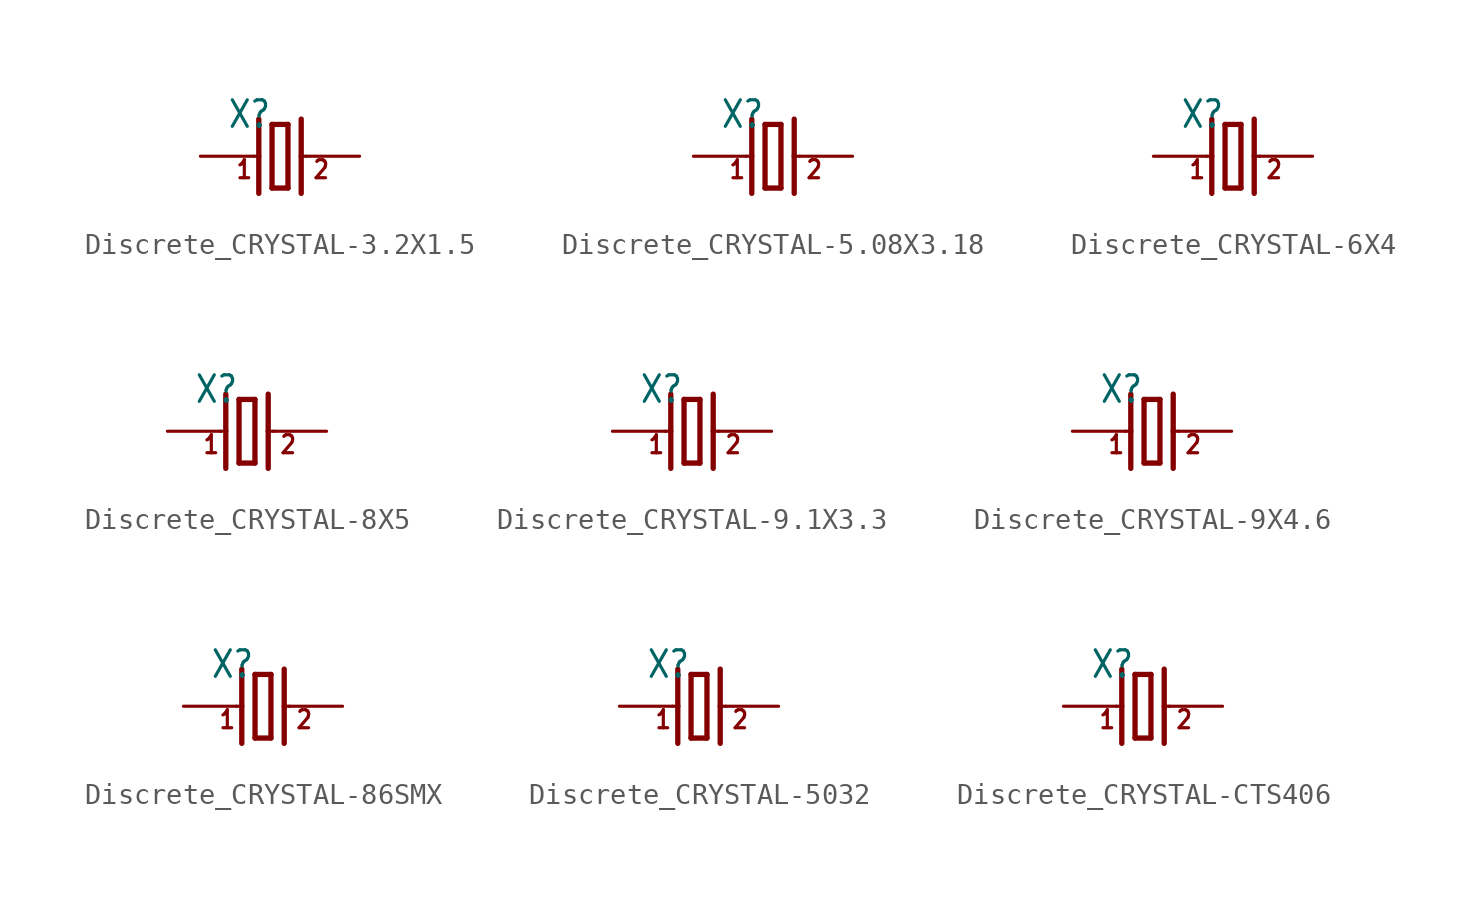
<source format=kicad_sym>
(kicad_symbol_lib
  (version 20220914)
  (generator kicad_symbol_editor)
  (symbol "Discrete_CRYSTAL-3.2X1.5"
    (property "Reference" "X"
      (at -2.54 1.27 0)
      (effects (font (size 1.27 1.079)) (justify left bottom)))
    (property "Value" ""
      (at -2.54 -2.667 0)
      (effects (font (size 1.27 1.079)) (justify left bottom)))
    (property "ki_locked" ""
      (at 0 0 0)
      (effects (font (size 1.27 1.27))))
    (symbol "Discrete_CRYSTAL-3.2X1.5_1_0"
      (polyline (pts (xy -1.27 0) (xy -1.016 0)) (stroke (width 0.152) (type solid)) (fill (type none)))
      (polyline (pts (xy -1.016 0) (xy -1.016 -1.778)) (stroke (width 0.254) (type solid)) (fill (type none)))
      (polyline (pts (xy -1.016 1.778) (xy -1.016 0)) (stroke (width 0.254) (type solid)) (fill (type none)))
      (polyline (pts (xy -0.381 -1.524) (xy 0.381 -1.524)) (stroke (width 0.254) (type solid)) (fill (type none)))
      (polyline (pts (xy -0.381 1.524) (xy -0.381 -1.524)) (stroke (width 0.254) (type solid)) (fill (type none)))
      (polyline (pts (xy 0.381 -1.524) (xy 0.381 1.524)) (stroke (width 0.254) (type solid)) (fill (type none)))
      (polyline (pts (xy 0.381 1.524) (xy -0.381 1.524)) (stroke (width 0.254) (type solid)) (fill (type none)))
      (polyline (pts (xy 1.016 0) (xy 1.016 -1.778)) (stroke (width 0.254) (type solid)) (fill (type none)))
      (polyline (pts (xy 1.016 0) (xy 1.27 0)) (stroke (width 0.152) (type solid)) (fill (type none)))
      (polyline (pts (xy 1.016 1.778) (xy 1.016 0)) (stroke (width 0.254) (type solid)) (fill (type none)))
      (text "1" (at -2.159 -1.143 0) (effects (font (size 0.864 0.734)) (justify left bottom)))
      (text "2" (at 1.524 -1.143 0) (effects (font (size 0.864 0.734)) (justify left bottom)))
      (pin passive line (at -3.81 0 0) (length 2.54) (name "1" (effects (font (size 0 0)))) (number "P$1" (effects (font (size 0 0)))))
      (pin passive line (at 3.81 0 180) (length 2.54) (name "2" (effects (font (size 0 0)))) (number "P$2" (effects (font (size 0 0)))))))
  (symbol "Discrete_CRYSTAL-5.08X3.18"
    (property "Reference" "X"
      (at -2.54 1.27 0)
      (effects (font (size 1.27 1.079)) (justify left bottom)))
    (property "Value" ""
      (at -2.54 -2.667 0)
      (effects (font (size 1.27 1.079)) (justify left bottom)))
    (property "ki_locked" ""
      (at 0 0 0)
      (effects (font (size 1.27 1.27))))
    (symbol "Discrete_CRYSTAL-5.08X3.18_1_0"
      (polyline (pts (xy -1.27 0) (xy -1.016 0)) (stroke (width 0.152) (type solid)) (fill (type none)))
      (polyline (pts (xy -1.016 0) (xy -1.016 -1.778)) (stroke (width 0.254) (type solid)) (fill (type none)))
      (polyline (pts (xy -1.016 1.778) (xy -1.016 0)) (stroke (width 0.254) (type solid)) (fill (type none)))
      (polyline (pts (xy -0.381 -1.524) (xy 0.381 -1.524)) (stroke (width 0.254) (type solid)) (fill (type none)))
      (polyline (pts (xy -0.381 1.524) (xy -0.381 -1.524)) (stroke (width 0.254) (type solid)) (fill (type none)))
      (polyline (pts (xy 0.381 -1.524) (xy 0.381 1.524)) (stroke (width 0.254) (type solid)) (fill (type none)))
      (polyline (pts (xy 0.381 1.524) (xy -0.381 1.524)) (stroke (width 0.254) (type solid)) (fill (type none)))
      (polyline (pts (xy 1.016 0) (xy 1.016 -1.778)) (stroke (width 0.254) (type solid)) (fill (type none)))
      (polyline (pts (xy 1.016 0) (xy 1.27 0)) (stroke (width 0.152) (type solid)) (fill (type none)))
      (polyline (pts (xy 1.016 1.778) (xy 1.016 0)) (stroke (width 0.254) (type solid)) (fill (type none)))
      (text "1" (at -2.159 -1.143 0) (effects (font (size 0.864 0.734)) (justify left bottom)))
      (text "2" (at 1.524 -1.143 0) (effects (font (size 0.864 0.734)) (justify left bottom)))
      (pin passive line (at -3.81 0 0) (length 2.54) (name "1" (effects (font (size 0 0)))) (number "X1" (effects (font (size 0 0)))))
      (pin passive line (at 3.81 0 180) (length 2.54) (name "2" (effects (font (size 0 0)))) (number "X2" (effects (font (size 0 0)))))))
  (symbol "Discrete_CRYSTAL-6X4"
    (property "Reference" "X"
      (at -2.54 1.27 0)
      (effects (font (size 1.27 1.079)) (justify left bottom)))
    (property "Value" ""
      (at -2.54 -2.667 0)
      (effects (font (size 1.27 1.079)) (justify left bottom)))
    (property "ki_locked" ""
      (at 0 0 0)
      (effects (font (size 1.27 1.27))))
    (symbol "Discrete_CRYSTAL-6X4_1_0"
      (polyline (pts (xy -1.27 0) (xy -1.016 0)) (stroke (width 0.152) (type solid)) (fill (type none)))
      (polyline (pts (xy -1.016 0) (xy -1.016 -1.778)) (stroke (width 0.254) (type solid)) (fill (type none)))
      (polyline (pts (xy -1.016 1.778) (xy -1.016 0)) (stroke (width 0.254) (type solid)) (fill (type none)))
      (polyline (pts (xy -0.381 -1.524) (xy 0.381 -1.524)) (stroke (width 0.254) (type solid)) (fill (type none)))
      (polyline (pts (xy -0.381 1.524) (xy -0.381 -1.524)) (stroke (width 0.254) (type solid)) (fill (type none)))
      (polyline (pts (xy 0.381 -1.524) (xy 0.381 1.524)) (stroke (width 0.254) (type solid)) (fill (type none)))
      (polyline (pts (xy 0.381 1.524) (xy -0.381 1.524)) (stroke (width 0.254) (type solid)) (fill (type none)))
      (polyline (pts (xy 1.016 0) (xy 1.016 -1.778)) (stroke (width 0.254) (type solid)) (fill (type none)))
      (polyline (pts (xy 1.016 0) (xy 1.27 0)) (stroke (width 0.152) (type solid)) (fill (type none)))
      (polyline (pts (xy 1.016 1.778) (xy 1.016 0)) (stroke (width 0.254) (type solid)) (fill (type none)))
      (text "1" (at -2.159 -1.143 0) (effects (font (size 0.864 0.734)) (justify left bottom)))
      (text "2" (at 1.524 -1.143 0) (effects (font (size 0.864 0.734)) (justify left bottom)))
      (pin passive line (at -3.81 0 0) (length 2.54) (name "1" (effects (font (size 0 0)))) (number "1" (effects (font (size 0 0)))))
      (pin passive line (at 3.81 0 180) (length 2.54) (name "2" (effects (font (size 0 0)))) (number "2" (effects (font (size 0 0)))))))
  (symbol "Discrete_CRYSTAL-8X5"
    (property "Reference" "X"
      (at -2.54 1.27 0)
      (effects (font (size 1.27 1.079)) (justify left bottom)))
    (property "Value" ""
      (at -2.54 -2.667 0)
      (effects (font (size 1.27 1.079)) (justify left bottom)))
    (property "ki_locked" ""
      (at 0 0 0)
      (effects (font (size 1.27 1.27))))
    (symbol "Discrete_CRYSTAL-8X5_1_0"
      (polyline (pts (xy -1.27 0) (xy -1.016 0)) (stroke (width 0.152) (type solid)) (fill (type none)))
      (polyline (pts (xy -1.016 0) (xy -1.016 -1.778)) (stroke (width 0.254) (type solid)) (fill (type none)))
      (polyline (pts (xy -1.016 1.778) (xy -1.016 0)) (stroke (width 0.254) (type solid)) (fill (type none)))
      (polyline (pts (xy -0.381 -1.524) (xy 0.381 -1.524)) (stroke (width 0.254) (type solid)) (fill (type none)))
      (polyline (pts (xy -0.381 1.524) (xy -0.381 -1.524)) (stroke (width 0.254) (type solid)) (fill (type none)))
      (polyline (pts (xy 0.381 -1.524) (xy 0.381 1.524)) (stroke (width 0.254) (type solid)) (fill (type none)))
      (polyline (pts (xy 0.381 1.524) (xy -0.381 1.524)) (stroke (width 0.254) (type solid)) (fill (type none)))
      (polyline (pts (xy 1.016 0) (xy 1.016 -1.778)) (stroke (width 0.254) (type solid)) (fill (type none)))
      (polyline (pts (xy 1.016 0) (xy 1.27 0)) (stroke (width 0.152) (type solid)) (fill (type none)))
      (polyline (pts (xy 1.016 1.778) (xy 1.016 0)) (stroke (width 0.254) (type solid)) (fill (type none)))
      (text "1" (at -2.159 -1.143 0) (effects (font (size 0.864 0.734)) (justify left bottom)))
      (text "2" (at 1.524 -1.143 0) (effects (font (size 0.864 0.734)) (justify left bottom)))
      (pin passive line (at -3.81 0 0) (length 2.54) (name "1" (effects (font (size 0 0)))) (number "1" (effects (font (size 0 0)))))
      (pin passive line (at 3.81 0 180) (length 2.54) (name "2" (effects (font (size 0 0)))) (number "2" (effects (font (size 0 0)))))))
  (symbol "Discrete_CRYSTAL-9.1X3.3"
    (property "Reference" "X"
      (at -2.54 1.27 0)
      (effects (font (size 1.27 1.079)) (justify left bottom)))
    (property "Value" ""
      (at -2.54 -2.667 0)
      (effects (font (size 1.27 1.079)) (justify left bottom)))
    (property "ki_locked" ""
      (at 0 0 0)
      (effects (font (size 1.27 1.27))))
    (symbol "Discrete_CRYSTAL-9.1X3.3_1_0"
      (polyline (pts (xy -1.27 0) (xy -1.016 0)) (stroke (width 0.152) (type solid)) (fill (type none)))
      (polyline (pts (xy -1.016 0) (xy -1.016 -1.778)) (stroke (width 0.254) (type solid)) (fill (type none)))
      (polyline (pts (xy -1.016 1.778) (xy -1.016 0)) (stroke (width 0.254) (type solid)) (fill (type none)))
      (polyline (pts (xy -0.381 -1.524) (xy 0.381 -1.524)) (stroke (width 0.254) (type solid)) (fill (type none)))
      (polyline (pts (xy -0.381 1.524) (xy -0.381 -1.524)) (stroke (width 0.254) (type solid)) (fill (type none)))
      (polyline (pts (xy 0.381 -1.524) (xy 0.381 1.524)) (stroke (width 0.254) (type solid)) (fill (type none)))
      (polyline (pts (xy 0.381 1.524) (xy -0.381 1.524)) (stroke (width 0.254) (type solid)) (fill (type none)))
      (polyline (pts (xy 1.016 0) (xy 1.016 -1.778)) (stroke (width 0.254) (type solid)) (fill (type none)))
      (polyline (pts (xy 1.016 0) (xy 1.27 0)) (stroke (width 0.152) (type solid)) (fill (type none)))
      (polyline (pts (xy 1.016 1.778) (xy 1.016 0)) (stroke (width 0.254) (type solid)) (fill (type none)))
      (text "1" (at -2.159 -1.143 0) (effects (font (size 0.864 0.734)) (justify left bottom)))
      (text "2" (at 1.524 -1.143 0) (effects (font (size 0.864 0.734)) (justify left bottom)))
      (pin passive line (at -3.81 0 0) (length 2.54) (name "1" (effects (font (size 0 0)))) (number "1" (effects (font (size 0 0)))))
      (pin passive line (at 3.81 0 180) (length 2.54) (name "2" (effects (font (size 0 0)))) (number "2" (effects (font (size 0 0)))))))
  (symbol "Discrete_CRYSTAL-9X4.6"
    (property "Reference" "X"
      (at -2.54 1.27 0)
      (effects (font (size 1.27 1.079)) (justify left bottom)))
    (property "Value" ""
      (at -2.54 -2.667 0)
      (effects (font (size 1.27 1.079)) (justify left bottom)))
    (property "ki_locked" ""
      (at 0 0 0)
      (effects (font (size 1.27 1.27))))
    (symbol "Discrete_CRYSTAL-9X4.6_1_0"
      (polyline (pts (xy -1.27 0) (xy -1.016 0)) (stroke (width 0.152) (type solid)) (fill (type none)))
      (polyline (pts (xy -1.016 0) (xy -1.016 -1.778)) (stroke (width 0.254) (type solid)) (fill (type none)))
      (polyline (pts (xy -1.016 1.778) (xy -1.016 0)) (stroke (width 0.254) (type solid)) (fill (type none)))
      (polyline (pts (xy -0.381 -1.524) (xy 0.381 -1.524)) (stroke (width 0.254) (type solid)) (fill (type none)))
      (polyline (pts (xy -0.381 1.524) (xy -0.381 -1.524)) (stroke (width 0.254) (type solid)) (fill (type none)))
      (polyline (pts (xy 0.381 -1.524) (xy 0.381 1.524)) (stroke (width 0.254) (type solid)) (fill (type none)))
      (polyline (pts (xy 0.381 1.524) (xy -0.381 1.524)) (stroke (width 0.254) (type solid)) (fill (type none)))
      (polyline (pts (xy 1.016 0) (xy 1.016 -1.778)) (stroke (width 0.254) (type solid)) (fill (type none)))
      (polyline (pts (xy 1.016 0) (xy 1.27 0)) (stroke (width 0.152) (type solid)) (fill (type none)))
      (polyline (pts (xy 1.016 1.778) (xy 1.016 0)) (stroke (width 0.254) (type solid)) (fill (type none)))
      (text "1" (at -2.159 -1.143 0) (effects (font (size 0.864 0.734)) (justify left bottom)))
      (text "2" (at 1.524 -1.143 0) (effects (font (size 0.864 0.734)) (justify left bottom)))
      (pin passive line (at -3.81 0 0) (length 2.54) (name "1" (effects (font (size 0 0)))) (number "1" (effects (font (size 0 0)))))
      (pin passive line (at 3.81 0 180) (length 2.54) (name "2" (effects (font (size 0 0)))) (number "2" (effects (font (size 0 0)))))))
  (symbol "Discrete_CRYSTAL-86SMX"
    (property "Reference" "X"
      (at -2.54 1.27 0)
      (effects (font (size 1.27 1.079)) (justify left bottom)))
    (property "Value" ""
      (at -2.54 -2.667 0)
      (effects (font (size 1.27 1.079)) (justify left bottom)))
    (property "ki_locked" ""
      (at 0 0 0)
      (effects (font (size 1.27 1.27))))
    (symbol "Discrete_CRYSTAL-86SMX_1_0"
      (polyline (pts (xy -1.27 0) (xy -1.016 0)) (stroke (width 0.152) (type solid)) (fill (type none)))
      (polyline (pts (xy -1.016 0) (xy -1.016 -1.778)) (stroke (width 0.254) (type solid)) (fill (type none)))
      (polyline (pts (xy -1.016 1.778) (xy -1.016 0)) (stroke (width 0.254) (type solid)) (fill (type none)))
      (polyline (pts (xy -0.381 -1.524) (xy 0.381 -1.524)) (stroke (width 0.254) (type solid)) (fill (type none)))
      (polyline (pts (xy -0.381 1.524) (xy -0.381 -1.524)) (stroke (width 0.254) (type solid)) (fill (type none)))
      (polyline (pts (xy 0.381 -1.524) (xy 0.381 1.524)) (stroke (width 0.254) (type solid)) (fill (type none)))
      (polyline (pts (xy 0.381 1.524) (xy -0.381 1.524)) (stroke (width 0.254) (type solid)) (fill (type none)))
      (polyline (pts (xy 1.016 0) (xy 1.016 -1.778)) (stroke (width 0.254) (type solid)) (fill (type none)))
      (polyline (pts (xy 1.016 0) (xy 1.27 0)) (stroke (width 0.152) (type solid)) (fill (type none)))
      (polyline (pts (xy 1.016 1.778) (xy 1.016 0)) (stroke (width 0.254) (type solid)) (fill (type none)))
      (text "1" (at -2.159 -1.143 0) (effects (font (size 0.864 0.734)) (justify left bottom)))
      (text "2" (at 1.524 -1.143 0) (effects (font (size 0.864 0.734)) (justify left bottom)))
      (pin passive line (at -3.81 0 0) (length 2.54) (name "1" (effects (font (size 0 0)))) (number "1" (effects (font (size 0 0)))))
      (pin passive line (at 3.81 0 180) (length 2.54) (name "2" (effects (font (size 0 0)))) (number "4" (effects (font (size 0 0)))))))
  (symbol "Discrete_CRYSTAL-5032"
    (property "Reference" "X"
      (at -2.54 1.27 0)
      (effects (font (size 1.27 1.079)) (justify left bottom)))
    (property "Value" ""
      (at -2.54 -2.667 0)
      (effects (font (size 1.27 1.079)) (justify left bottom)))
    (property "ki_locked" ""
      (at 0 0 0)
      (effects (font (size 1.27 1.27))))
    (symbol "Discrete_CRYSTAL-5032_1_0"
      (polyline (pts (xy -1.27 0) (xy -1.016 0)) (stroke (width 0.152) (type solid)) (fill (type none)))
      (polyline (pts (xy -1.016 0) (xy -1.016 -1.778)) (stroke (width 0.254) (type solid)) (fill (type none)))
      (polyline (pts (xy -1.016 1.778) (xy -1.016 0)) (stroke (width 0.254) (type solid)) (fill (type none)))
      (polyline (pts (xy -0.381 -1.524) (xy 0.381 -1.524)) (stroke (width 0.254) (type solid)) (fill (type none)))
      (polyline (pts (xy -0.381 1.524) (xy -0.381 -1.524)) (stroke (width 0.254) (type solid)) (fill (type none)))
      (polyline (pts (xy 0.381 -1.524) (xy 0.381 1.524)) (stroke (width 0.254) (type solid)) (fill (type none)))
      (polyline (pts (xy 0.381 1.524) (xy -0.381 1.524)) (stroke (width 0.254) (type solid)) (fill (type none)))
      (polyline (pts (xy 1.016 0) (xy 1.016 -1.778)) (stroke (width 0.254) (type solid)) (fill (type none)))
      (polyline (pts (xy 1.016 0) (xy 1.27 0)) (stroke (width 0.152) (type solid)) (fill (type none)))
      (polyline (pts (xy 1.016 1.778) (xy 1.016 0)) (stroke (width 0.254) (type solid)) (fill (type none)))
      (text "1" (at -2.159 -1.143 0) (effects (font (size 0.864 0.734)) (justify left bottom)))
      (text "2" (at 1.524 -1.143 0) (effects (font (size 0.864 0.734)) (justify left bottom)))
      (pin passive line (at -3.81 0 0) (length 2.54) (name "1" (effects (font (size 0 0)))) (number "1" (effects (font (size 0 0)))))
      (pin passive line (at 3.81 0 180) (length 2.54) (name "2" (effects (font (size 0 0)))) (number "2" (effects (font (size 0 0)))))))
  (symbol "Discrete_CRYSTAL-CTS406"
    (property "Reference" "X"
      (at -2.54 1.27 0)
      (effects (font (size 1.27 1.079)) (justify left bottom)))
    (property "Value" ""
      (at -2.54 -2.667 0)
      (effects (font (size 1.27 1.079)) (justify left bottom)))
    (property "ki_locked" ""
      (at 0 0 0)
      (effects (font (size 1.27 1.27))))
    (symbol "Discrete_CRYSTAL-CTS406_1_0"
      (polyline (pts (xy -1.27 0) (xy -1.016 0)) (stroke (width 0.152) (type solid)) (fill (type none)))
      (polyline (pts (xy -1.016 0) (xy -1.016 -1.778)) (stroke (width 0.254) (type solid)) (fill (type none)))
      (polyline (pts (xy -1.016 1.778) (xy -1.016 0)) (stroke (width 0.254) (type solid)) (fill (type none)))
      (polyline (pts (xy -0.381 -1.524) (xy 0.381 -1.524)) (stroke (width 0.254) (type solid)) (fill (type none)))
      (polyline (pts (xy -0.381 1.524) (xy -0.381 -1.524)) (stroke (width 0.254) (type solid)) (fill (type none)))
      (polyline (pts (xy 0.381 -1.524) (xy 0.381 1.524)) (stroke (width 0.254) (type solid)) (fill (type none)))
      (polyline (pts (xy 0.381 1.524) (xy -0.381 1.524)) (stroke (width 0.254) (type solid)) (fill (type none)))
      (polyline (pts (xy 1.016 0) (xy 1.016 -1.778)) (stroke (width 0.254) (type solid)) (fill (type none)))
      (polyline (pts (xy 1.016 0) (xy 1.27 0)) (stroke (width 0.152) (type solid)) (fill (type none)))
      (polyline (pts (xy 1.016 1.778) (xy 1.016 0)) (stroke (width 0.254) (type solid)) (fill (type none)))
      (text "1" (at -2.159 -1.143 0) (effects (font (size 0.864 0.734)) (justify left bottom)))
      (text "2" (at 1.524 -1.143 0) (effects (font (size 0.864 0.734)) (justify left bottom)))
      (pin passive line (at -3.81 0 0) (length 2.54) (name "1" (effects (font (size 0 0)))) (number "1" (effects (font (size 0 0)))))
      (pin passive line (at 3.81 0 180) (length 2.54) (name "2" (effects (font (size 0 0)))) (number "3" (effects (font (size 0 0))))))))
</source>
